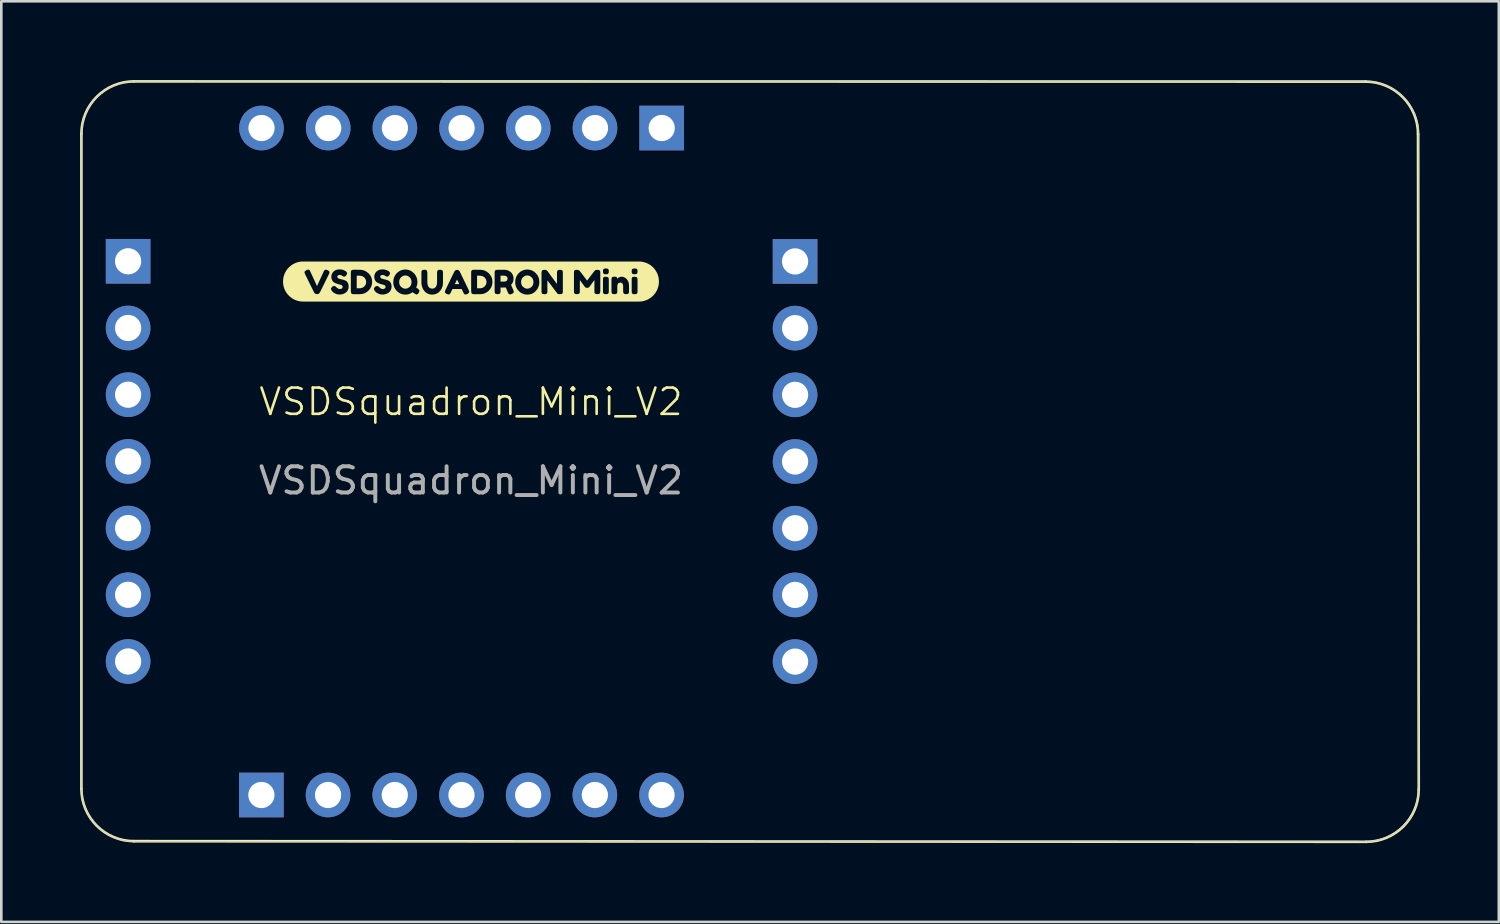
<source format=kicad_pcb>
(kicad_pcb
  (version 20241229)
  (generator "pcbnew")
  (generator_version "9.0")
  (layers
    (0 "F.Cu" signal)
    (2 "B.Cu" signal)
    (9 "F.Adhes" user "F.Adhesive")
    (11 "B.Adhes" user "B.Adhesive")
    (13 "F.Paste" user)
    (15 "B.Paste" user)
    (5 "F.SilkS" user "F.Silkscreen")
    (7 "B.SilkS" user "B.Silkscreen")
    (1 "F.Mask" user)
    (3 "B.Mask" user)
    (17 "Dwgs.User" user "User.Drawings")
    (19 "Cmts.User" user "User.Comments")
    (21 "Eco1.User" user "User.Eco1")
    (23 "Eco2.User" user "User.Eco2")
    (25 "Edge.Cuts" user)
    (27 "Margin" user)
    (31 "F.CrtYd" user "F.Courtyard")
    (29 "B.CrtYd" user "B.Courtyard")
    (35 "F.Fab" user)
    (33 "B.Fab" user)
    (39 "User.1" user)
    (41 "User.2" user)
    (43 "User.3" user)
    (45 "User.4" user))
  (footprint "VSDSquadron_Mini_V2"
    (layer "F.Cu")
    (at 14.512 14.353)
    (property "Reference" "VSDSquadron_Mini_V2" (at 0.374 -2.101 0) (unlocked yes) (layer "F.SilkS") (effects (font (size 1 1) (thickness 0.1))))
    (attr smd)
    (fp_line (start -14.462 12.63) (end -14.462 -12.303) (stroke (width 0.1) (type default)) (layer "F.SilkS"))
    (fp_line (start -12.462 -14.303) (end 34.441 -14.295) (stroke (width 0.1) (type default)) (layer "F.SilkS"))
    (fp_line (start 34.468 14.656) (end -12.462 14.63) (stroke (width 0.1) (type default)) (layer "F.SilkS"))
    (fp_line (start 36.468 12.656) (end 36.441 -12.295) (stroke (width 0.1) (type default)) (layer "F.SilkS"))
    (fp_arc (start -14.462372 -12.303372) (mid -13.876586 -13.717586) (end -12.462372 -14.303372) (stroke (width 0.1) (type default)) (layer "F.SilkS"))
    (fp_arc (start -12.462372 14.6304) (mid -13.876586 14.044614) (end -14.462372 12.6304) (stroke (width 0.1) (type default)) (layer "F.SilkS"))
    (fp_arc (start 34.440814 -14.295186) (mid 35.855028 -13.7094) (end 36.440814 -12.295186) (stroke (width 0.1) (type default)) (layer "F.SilkS"))
    (fp_arc (start 36.4678 12.6558) (mid 35.882014 14.070014) (end 34.4678 14.6558) (stroke (width 0.1) (type default)) (layer "F.SilkS"))
    (fp_poly (pts (xy -0.156 -6.758) (xy -0.24 -6.584) (xy -0.071 -6.584) (xy -0.156 -6.758)) (stroke (width 0) (type solid)) (fill yes) (layer "F.SilkS"))
    (fp_poly (pts (xy 1.5 -6.679) (xy 1.662 -6.679) (xy 1.736 -6.707) (xy 1.773 -6.791) (xy 1.736 -6.875) (xy 1.66 -6.904) (xy 1.5 -6.904) (xy 1.5 -6.679)) (stroke (width 0) (type solid)) (fill yes) (layer "F.SilkS"))
    (fp_poly (pts (xy -3.855 -6.904) (xy -3.977 -6.904) (xy -3.977 -6.424) (xy -3.853 -6.424) (xy -3.766 -6.441) (xy -3.688 -6.492) (xy -3.633 -6.569) (xy -3.615 -6.663) (xy -3.633 -6.757) (xy -3.686 -6.835) (xy -3.764 -6.887) (xy -3.855 -6.904)) (stroke (width 0) (type solid)) (fill yes) (layer "F.SilkS"))
    (fp_poly (pts (xy 0.727 -6.904) (xy 0.606 -6.904) (xy 0.606 -6.424) (xy 0.729 -6.424) (xy 0.816 -6.441) (xy 0.894 -6.492) (xy 0.949 -6.569) (xy 0.967 -6.663) (xy 0.95 -6.757) (xy 0.896 -6.835) (xy 0.818 -6.887) (xy 0.727 -6.904)) (stroke (width 0) (type solid)) (fill yes) (layer "F.SilkS"))
    (fp_poly (pts (xy -2.361 -6.661) (xy -2.353 -6.591) (xy -2.329 -6.53) (xy -2.288 -6.478) (xy -2.211 -6.425) (xy -2.125 -6.407) (xy -2.039 -6.425) (xy -1.962 -6.476) (xy -1.922 -6.527) (xy -1.898 -6.588) (xy -1.89 -6.66) (xy -1.898 -6.732) (xy -1.922 -6.794) (xy -1.963 -6.846) (xy -2.04 -6.898) (xy -2.126 -6.915) (xy -2.212 -6.898) (xy -2.289 -6.845) (xy -2.329 -6.793) (xy -2.353 -6.732) (xy -2.361 -6.661)) (stroke (width 0) (type solid)) (fill yes) (layer "F.SilkS"))
    (fp_poly (pts (xy 2.282 -6.661) (xy 2.29 -6.591) (xy 2.314 -6.53) (xy 2.355 -6.478) (xy 2.432 -6.425) (xy 2.518 -6.407) (xy 2.604 -6.425) (xy 2.681 -6.476) (xy 2.721 -6.527) (xy 2.745 -6.588) (xy 2.753 -6.66) (xy 2.745 -6.732) (xy 2.721 -6.794) (xy 2.68 -6.846) (xy 2.603 -6.898) (xy 2.517 -6.915) (xy 2.431 -6.898) (xy 2.354 -6.845) (xy 2.314 -6.793) (xy 2.29 -6.732) (xy 2.282 -6.661)) (stroke (width 0) (type solid)) (fill yes) (layer "F.SilkS"))
    (fp_poly (pts (xy -5.968 -7.444) (xy -6.021 -7.444) (xy -6.096 -7.441) (xy -6.17 -7.43) (xy -6.242 -7.411) (xy -6.313 -7.386) (xy -6.381 -7.354) (xy -6.445 -7.316) (xy -6.505 -7.271) (xy -6.56 -7.221) (xy -6.611 -7.165) (xy -6.655 -7.105) (xy -6.694 -7.041) (xy -6.726 -6.973) (xy -6.751 -6.903) (xy -6.769 -6.83) (xy -6.78 -6.756) (xy -6.784 -6.681) (xy -6.78 -6.606) (xy -6.769 -6.532) (xy -6.751 -6.46) (xy -6.726 -6.389) (xy -6.694 -6.321) (xy -6.655 -6.257) (xy -6.611 -6.197) (xy -6.56 -6.142) (xy -6.505 -6.091) (xy -6.445 -6.047) (xy -6.381 -6.008) (xy -6.313 -5.976) (xy -6.242 -5.951) (xy -6.17 -5.933) (xy -6.096 -5.922) (xy -6.021 -5.918) (xy -5.968 -5.918) (xy -5.483 -5.918) (xy -5.483 -6.199) (xy -5.496 -6.199) (xy -5.556 -6.216) (xy -5.598 -6.261) (xy -5.949 -6.973) (xy -5.968 -7.034) (xy -5.949 -7.076) (xy -5.893 -7.115) (xy -5.829 -7.136) (xy -5.795 -7.131) (xy -5.774 -7.114) (xy -5.753 -7.08) (xy -5.736 -7.044) (xy -5.704 -6.975) (xy -5.663 -6.885) (xy -5.619 -6.79) (xy -5.576 -6.695) (xy -5.534 -6.605) (xy -5.503 -6.537) (xy -5.489 -6.508) (xy -5.235 -7.064) (xy -5.217 -7.102) (xy -5.162 -7.136) (xy -5.087 -7.115) (xy -5.03 -7.076) (xy -5.012 -7.034) (xy -5.031 -6.973) (xy -5.381 -6.261) (xy -5.424 -6.216) (xy -5.483 -6.199) (xy -5.483 -5.918) (xy -4.623 -5.918) (xy -4.623 -6.185) (xy -4.681 -6.189) (xy -4.736 -6.2) (xy -4.822 -6.236) (xy -4.88 -6.276) (xy -4.916 -6.315) (xy -4.928 -6.329) (xy -4.961 -6.402) (xy -4.947 -6.439) (xy -4.906 -6.487) (xy -4.839 -6.518) (xy -4.796 -6.502) (xy -4.74 -6.454) (xy -4.689 -6.413) (xy -4.628 -6.393) (xy -4.563 -6.404) (xy -4.523 -6.436) (xy -4.51 -6.49) (xy -4.542 -6.539) (xy -4.623 -6.567) (xy -4.673 -6.579) (xy -4.727 -6.596) (xy -4.781 -6.617) (xy -4.831 -6.642) (xy -4.876 -6.677) (xy -4.912 -6.727) (xy -4.936 -6.791) (xy -4.944 -6.866) (xy -4.935 -6.937) (xy -4.907 -7.002) (xy -4.861 -7.061) (xy -4.799 -7.107) (xy -4.723 -7.135) (xy -4.634 -7.144) (xy -4.562 -7.139) (xy -4.495 -7.124) (xy -4.408 -7.084) (xy -4.377 -7.06) (xy -4.337 -6.998) (xy -4.368 -6.928) (xy -4.412 -6.881) (xy -4.457 -6.865) (xy -4.523 -6.89) (xy -4.537 -6.903) (xy -4.557 -6.919) (xy -4.625 -6.936) (xy -4.694 -6.916) (xy -4.721 -6.861) (xy -4.688 -6.805) (xy -4.608 -6.776) (xy -4.557 -6.766) (xy -4.502 -6.752) (xy -4.447 -6.735) (xy -4.397 -6.714) (xy -4.353 -6.682) (xy -4.316 -6.634) (xy -4.292 -6.571) (xy -4.284 -6.495) (xy -4.292 -6.417) (xy -4.317 -6.35) (xy -4.355 -6.294) (xy -4.403 -6.253) (xy -4.473 -6.215) (xy -4.547 -6.193) (xy -4.623 -6.185) (xy -4.623 -5.918) (xy -3.857 -5.918) (xy -3.857 -6.199) (xy -4.09 -6.199) (xy -4.153 -6.207) (xy -4.186 -6.231) (xy -4.201 -6.312) (xy -4.201 -7.018) (xy -4.2 -7.063) (xy -4.187 -7.096) (xy -4.154 -7.122) (xy -4.088 -7.13) (xy -3.853 -7.129) (xy -3.764 -7.121) (xy -3.68 -7.096) (xy -3.602 -7.054) (xy -3.53 -6.996) (xy -3.468 -6.926) (xy -3.425 -6.848) (xy -3.399 -6.763) (xy -3.39 -6.67) (xy -3.398 -6.576) (xy -3.424 -6.49) (xy -3.467 -6.41) (xy -3.526 -6.338) (xy -3.598 -6.277) (xy -3.677 -6.234) (xy -3.764 -6.208) (xy -3.857 -6.199) (xy -3.857 -5.918) (xy -2.989 -5.918) (xy -2.989 -6.185) (xy -3.047 -6.189) (xy -3.102 -6.2) (xy -3.188 -6.236) (xy -3.245 -6.276) (xy -3.282 -6.315) (xy -3.293 -6.329) (xy -3.326 -6.402) (xy -3.313 -6.439) (xy -3.272 -6.487) (xy -3.204 -6.518) (xy -3.162 -6.502) (xy -3.105 -6.454) (xy -3.055 -6.413) (xy -2.994 -6.393) (xy -2.928 -6.404) (xy -2.889 -6.436) (xy -2.876 -6.49) (xy -2.908 -6.539) (xy -2.989 -6.567) (xy -3.039 -6.579) (xy -3.093 -6.596) (xy -3.147 -6.617) (xy -3.197 -6.642) (xy -3.241 -6.677) (xy -3.277 -6.727) (xy -3.302 -6.791) (xy -3.31 -6.866) (xy -3.301 -6.937) (xy -3.273 -7.002) (xy -3.227 -7.061) (xy -3.165 -7.107) (xy -3.089 -7.135) (xy -3 -7.144) (xy -2.927 -7.139) (xy -2.861 -7.124) (xy -2.774 -7.084) (xy -2.742 -7.06) (xy -2.703 -6.998) (xy -2.733 -6.928) (xy -2.777 -6.881) (xy -2.822 -6.865) (xy -2.888 -6.89) (xy -2.903 -6.903) (xy -2.923 -6.919) (xy -2.99 -6.936) (xy -3.059 -6.916) (xy -3.086 -6.861) (xy -3.054 -6.805) (xy -2.973 -6.776) (xy -2.923 -6.766) (xy -2.868 -6.752) (xy -2.813 -6.735) (xy -2.762 -6.714) (xy -2.718 -6.682) (xy -2.682 -6.634) (xy -2.658 -6.571) (xy -2.649 -6.495) (xy -2.658 -6.417) (xy -2.682 -6.35) (xy -2.721 -6.294) (xy -2.769 -6.253) (xy -2.839 -6.215) (xy -2.912 -6.193) (xy -2.989 -6.185) (xy -2.989 -5.918) (xy -2.119 -5.918) (xy -2.119 -6.183) (xy -2.213 -6.191) (xy -2.3 -6.218) (xy -2.379 -6.261) (xy -2.451 -6.322) (xy -2.51 -6.396) (xy -2.552 -6.475) (xy -2.578 -6.562) (xy -2.586 -6.655) (xy -2.576 -6.757) (xy -2.548 -6.853) (xy -2.503 -6.937) (xy -2.446 -7.007) (xy -2.378 -7.062) (xy -2.3 -7.105) (xy -2.216 -7.131) (xy -2.13 -7.14) (xy -2.039 -7.132) (xy -1.954 -7.106) (xy -1.876 -7.064) (xy -1.804 -7.004) (xy -1.743 -6.932) (xy -1.7 -6.85) (xy -1.674 -6.76) (xy -1.665 -6.66) (xy -1.67 -6.59) (xy -1.686 -6.52) (xy -1.712 -6.451) (xy -1.628 -6.393) (xy -1.583 -6.328) (xy -1.621 -6.241) (xy -1.659 -6.199) (xy -1.698 -6.185) (xy -1.772 -6.22) (xy -1.807 -6.244) (xy -1.853 -6.274) (xy -1.935 -6.223) (xy -2.024 -6.193) (xy -2.119 -6.183) (xy -2.119 -5.918) (xy -1.105 -5.918) (xy -1.105 -6.183) (xy -1.197 -6.193) (xy -1.281 -6.223) (xy -1.353 -6.27) (xy -1.41 -6.33) (xy -1.455 -6.4) (xy -1.487 -6.474) (xy -1.506 -6.552) (xy -1.513 -6.635) (xy -1.513 -7.017) (xy -1.511 -7.062) (xy -1.499 -7.096) (xy -1.465 -7.122) (xy -1.4 -7.13) (xy -1.335 -7.122) (xy -1.302 -7.096) (xy -1.287 -7.016) (xy -1.287 -6.635) (xy -1.277 -6.559) (xy -1.249 -6.487) (xy -1.192 -6.43) (xy -1.101 -6.409) (xy -1.02 -6.426) (xy -0.963 -6.477) (xy -0.929 -6.551) (xy -0.917 -6.636) (xy -0.917 -7.025) (xy -0.904 -7.095) (xy -0.868 -7.122) (xy -0.807 -7.13) (xy -0.75 -7.124) (xy -0.717 -7.109) (xy -0.7 -7.082) (xy -0.692 -7.016) (xy -0.692 -6.632) (xy -0.699 -6.55) (xy -0.718 -6.472) (xy -0.751 -6.398) (xy -0.797 -6.327) (xy -0.855 -6.269) (xy -0.927 -6.223) (xy -1.012 -6.193) (xy -1.105 -6.183) (xy -1.105 -5.918) (xy 0.169 -5.918) (xy 0.169 -6.185) (xy 0.129 -6.197) (xy 0.106 -6.221) (xy 0.086 -6.259) (xy 0.02 -6.396) (xy -0.332 -6.396) (xy -0.398 -6.259) (xy -0.417 -6.222) (xy -0.44 -6.199) (xy -0.481 -6.186) (xy -0.549 -6.208) (xy -0.604 -6.246) (xy -0.623 -6.289) (xy -0.601 -6.354) (xy -0.258 -7.064) (xy -0.216 -7.111) (xy -0.155 -7.129) (xy -0.095 -7.112) (xy -0.054 -7.063) (xy 0.289 -6.354) (xy 0.311 -6.289) (xy 0.292 -6.246) (xy 0.237 -6.207) (xy 0.169 -6.185) (xy 0.169 -5.918) (xy 0.725 -5.918) (xy 0.725 -6.199) (xy 0.493 -6.199) (xy 0.43 -6.207) (xy 0.396 -6.231) (xy 0.381 -6.312) (xy 0.381 -7.018) (xy 0.383 -7.063) (xy 0.395 -7.096) (xy 0.428 -7.122) (xy 0.494 -7.13) (xy 0.729 -7.129) (xy 0.818 -7.121) (xy 0.902 -7.096) (xy 0.98 -7.054) (xy 1.053 -6.996) (xy 1.114 -6.926) (xy 1.157 -6.848) (xy 1.184 -6.763) (xy 1.192 -6.67) (xy 1.184 -6.576) (xy 1.158 -6.49) (xy 1.115 -6.41) (xy 1.056 -6.338) (xy 0.984 -6.277) (xy 0.905 -6.234) (xy 0.818 -6.208) (xy 0.725 -6.199) (xy 0.725 -5.918) (xy 1.862 -5.918) (xy 1.862 -6.19) (xy 1.822 -6.202) (xy 1.798 -6.227) (xy 1.781 -6.263) (xy 1.748 -6.34) (xy 1.699 -6.457) (xy 1.66 -6.454) (xy 1.5 -6.454) (xy 1.5 -6.311) (xy 1.498 -6.267) (xy 1.486 -6.233) (xy 1.452 -6.208) (xy 1.387 -6.199) (xy 1.316 -6.211) (xy 1.282 -6.246) (xy 1.275 -6.312) (xy 1.275 -7.017) (xy 1.277 -7.061) (xy 1.289 -7.095) (xy 1.322 -7.12) (xy 1.388 -7.129) (xy 1.662 -7.129) (xy 1.736 -7.12) (xy 1.808 -7.093) (xy 1.879 -7.048) (xy 1.926 -7.001) (xy 1.963 -6.941) (xy 1.988 -6.87) (xy 1.996 -6.791) (xy 1.986 -6.701) (xy 1.954 -6.622) (xy 1.901 -6.555) (xy 1.923 -6.503) (xy 1.952 -6.436) (xy 1.987 -6.355) (xy 2.006 -6.289) (xy 1.987 -6.245) (xy 1.928 -6.208) (xy 1.862 -6.19) (xy 1.862 -5.918) (xy 2.521 -5.918) (xy 2.521 -6.183) (xy 2.428 -6.191) (xy 2.342 -6.218) (xy 2.264 -6.261) (xy 2.192 -6.322) (xy 2.133 -6.396) (xy 2.091 -6.475) (xy 2.066 -6.562) (xy 2.057 -6.655) (xy 2.067 -6.757) (xy 2.095 -6.853) (xy 2.14 -6.937) (xy 2.197 -7.007) (xy 2.265 -7.062) (xy 2.343 -7.105) (xy 2.427 -7.131) (xy 2.513 -7.14) (xy 2.604 -7.132) (xy 2.689 -7.106) (xy 2.767 -7.064) (xy 2.839 -7.004) (xy 2.9 -6.932) (xy 2.943 -6.852) (xy 2.969 -6.764) (xy 2.978 -6.667) (xy 2.97 -6.57) (xy 2.945 -6.481) (xy 2.904 -6.399) (xy 2.846 -6.324) (xy 2.776 -6.262) (xy 2.699 -6.218) (xy 2.613 -6.192) (xy 2.521 -6.183) (xy 2.521 -5.918) (xy 3.76 -5.918) (xy 3.76 -6.198) (xy 3.692 -6.206) (xy 3.66 -6.23) (xy 3.57 -6.349) (xy 3.491 -6.454) (xy 3.423 -6.545) (xy 3.366 -6.62) (xy 3.319 -6.681) (xy 3.284 -6.728) (xy 3.284 -6.31) (xy 3.282 -6.265) (xy 3.27 -6.232) (xy 3.236 -6.206) (xy 3.171 -6.198) (xy 3.107 -6.206) (xy 3.074 -6.232) (xy 3.062 -6.266) (xy 3.06 -6.311) (xy 3.06 -7.02) (xy 3.073 -7.09) (xy 3.109 -7.12) (xy 3.171 -7.128) (xy 3.231 -7.121) (xy 3.262 -7.105) (xy 3.292 -7.072) (xy 3.376 -6.957) (xy 3.45 -6.856) (xy 3.515 -6.769) (xy 3.57 -6.696) (xy 3.615 -6.636) (xy 3.65 -6.59) (xy 3.65 -7.02) (xy 3.662 -7.09) (xy 3.698 -7.12) (xy 3.758 -7.128) (xy 3.817 -7.121) (xy 3.85 -7.106) (xy 3.866 -7.079) (xy 3.873 -7.015) (xy 3.873 -6.31) (xy 3.871 -6.265) (xy 3.859 -6.232) (xy 3.826 -6.206) (xy 3.76 -6.198) (xy 3.76 -5.918) (xy 5.19 -5.918) (xy 5.19 -6.199) (xy 5.132 -6.206) (xy 5.099 -6.221) (xy 5.081 -6.246) (xy 5.075 -6.312) (xy 5.075 -6.738) (xy 5.036 -6.687) (xy 4.982 -6.613) (xy 4.932 -6.543) (xy 4.904 -6.505) (xy 4.882 -6.475) (xy 4.851 -6.453) (xy 4.797 -6.438) (xy 4.745 -6.451) (xy 4.711 -6.477) (xy 4.701 -6.491) (xy 4.664 -6.541) (xy 4.601 -6.627) (xy 4.543 -6.706) (xy 4.52 -6.738) (xy 4.52 -6.31) (xy 4.518 -6.266) (xy 4.506 -6.233) (xy 4.471 -6.208) (xy 4.407 -6.199) (xy 4.344 -6.208) (xy 4.31 -6.233) (xy 4.298 -6.266) (xy 4.296 -6.312) (xy 4.296 -7.017) (xy 4.298 -7.061) (xy 4.31 -7.095) (xy 4.344 -7.119) (xy 4.409 -7.128) (xy 4.468 -7.119) (xy 4.501 -7.102) (xy 4.508 -7.095) (xy 4.797 -6.716) (xy 4.877 -6.823) (xy 4.946 -6.914) (xy 5.004 -6.989) (xy 5.05 -7.049) (xy 5.085 -7.093) (xy 5.121 -7.119) (xy 5.187 -7.128) (xy 5.252 -7.119) (xy 5.285 -7.093) (xy 5.298 -7.059) (xy 5.299 -7.015) (xy 5.299 -6.31) (xy 5.287 -6.24) (xy 5.251 -6.207) (xy 5.19 -6.199) (xy 5.19 -5.918) (xy 5.512 -5.918) (xy 5.512 -6.198) (xy 5.447 -6.206) (xy 5.414 -6.232) (xy 5.403 -6.265) (xy 5.401 -6.31) (xy 5.401 -6.755) (xy 5.403 -6.799) (xy 5.414 -6.833) (xy 5.447 -6.858) (xy 5.512 -6.866) (xy 5.512 -6.957) (xy 5.448 -6.965) (xy 5.414 -6.992) (xy 5.403 -7.025) (xy 5.401 -7.069) (xy 5.403 -7.113) (xy 5.414 -7.145) (xy 5.447 -7.171) (xy 5.513 -7.18) (xy 5.577 -7.171) (xy 5.609 -7.145) (xy 5.621 -7.112) (xy 5.623 -7.068) (xy 5.621 -7.024) (xy 5.61 -6.991) (xy 5.576 -6.965) (xy 5.512 -6.957) (xy 5.512 -6.866) (xy 5.513 -6.866) (xy 5.599 -6.844) (xy 5.622 -6.79) (xy 5.623 -6.753) (xy 5.623 -6.308) (xy 5.621 -6.265) (xy 5.609 -6.231) (xy 5.577 -6.206) (xy 5.512 -6.198) (xy 5.512 -5.918) (xy 6.281 -5.918) (xy 6.281 -6.199) (xy 6.21 -6.211) (xy 6.177 -6.246) (xy 6.169 -6.311) (xy 6.169 -6.534) (xy 6.14 -6.616) (xy 6.06 -6.645) (xy 5.978 -6.614) (xy 5.947 -6.534) (xy 5.947 -6.31) (xy 5.945 -6.266) (xy 5.933 -6.233) (xy 5.9 -6.208) (xy 5.835 -6.199) (xy 5.771 -6.208) (xy 5.738 -6.233) (xy 5.727 -6.267) (xy 5.725 -6.311) (xy 5.725 -6.761) (xy 5.727 -6.803) (xy 5.739 -6.835) (xy 5.772 -6.859) (xy 5.837 -6.867) (xy 5.899 -6.86) (xy 5.932 -6.838) (xy 5.945 -6.786) (xy 5.967 -6.811) (xy 6.002 -6.838) (xy 6.097 -6.867) (xy 6.177 -6.856) (xy 6.247 -6.824) (xy 6.308 -6.77) (xy 6.355 -6.701) (xy 6.384 -6.622) (xy 6.393 -6.533) (xy 6.393 -6.31) (xy 6.391 -6.266) (xy 6.38 -6.233) (xy 6.347 -6.208) (xy 6.281 -6.199) (xy 6.281 -5.918) (xy 6.605 -5.918) (xy 6.605 -6.198) (xy 6.541 -6.206) (xy 6.507 -6.232) (xy 6.496 -6.265) (xy 6.495 -6.31) (xy 6.495 -6.755) (xy 6.496 -6.799) (xy 6.507 -6.833) (xy 6.541 -6.858) (xy 6.606 -6.866) (xy 6.606 -6.957) (xy 6.542 -6.965) (xy 6.508 -6.992) (xy 6.496 -7.025) (xy 6.495 -7.069) (xy 6.496 -7.113) (xy 6.507 -7.145) (xy 6.541 -7.171) (xy 6.606 -7.18) (xy 6.67 -7.171) (xy 6.703 -7.145) (xy 6.715 -7.112) (xy 6.717 -7.068) (xy 6.715 -7.024) (xy 6.703 -6.991) (xy 6.67 -6.965) (xy 6.606 -6.957) (xy 6.606 -6.866) (xy 6.606 -6.866) (xy 6.693 -6.844) (xy 6.716 -6.79) (xy 6.717 -6.753) (xy 6.717 -6.308) (xy 6.715 -6.265) (xy 6.703 -6.231) (xy 6.67 -6.206) (xy 6.605 -6.198) (xy 6.605 -5.918) (xy 6.717 -5.918) (xy 6.77 -5.918) (xy 6.844 -5.922) (xy 6.919 -5.933) (xy 6.991 -5.951) (xy 7.062 -5.976) (xy 7.129 -6.008) (xy 7.194 -6.047) (xy 7.254 -6.091) (xy 7.309 -6.142) (xy 7.36 -6.197) (xy 7.404 -6.257) (xy 7.443 -6.321) (xy 7.475 -6.389) (xy 7.5 -6.46) (xy 7.518 -6.532) (xy 7.529 -6.606) (xy 7.533 -6.681) (xy 7.529 -6.756) (xy 7.518 -6.83) (xy 7.5 -6.903) (xy 7.475 -6.973) (xy 7.443 -7.041) (xy 7.404 -7.105) (xy 7.36 -7.165) (xy 7.309 -7.221) (xy 7.254 -7.271) (xy 7.194 -7.316) (xy 7.129 -7.354) (xy 7.062 -7.386) (xy 6.991 -7.411) (xy 6.919 -7.43) (xy 6.844 -7.441) (xy 6.77 -7.444) (xy 6.717 -7.444) (xy -5.968 -7.444)) (stroke (width 0) (type solid)) (fill yes) (layer "F.SilkS"))
    (fp_line (start -14.461 -12.275) (end -14.461 12.617) (stroke (width 0.05) (type default)) (layer "Edge.Cuts"))
    (fp_line (start -12.429 14.649) (end 34.531 14.647) (stroke (width 0.05) (type default)) (layer "Edge.Cuts"))
    (fp_line (start 34.434 -14.305) (end -12.429 -14.307) (stroke (width 0.05) (type default)) (layer "Edge.Cuts"))
    (fp_line (start 36.466 12.619) (end 36.466 -12.273) (stroke (width 0.05) (type default)) (layer "Edge.Cuts"))
    (fp_arc (start -14.460786 -12.27461) (mid -13.865627 -13.711451) (end -12.428786 -14.30661) (stroke (width 0.05) (type default)) (layer "Edge.Cuts"))
    (fp_arc (start -12.428786 14.64939) (mid -13.865627 14.054231) (end -14.460786 12.61739) (stroke (width 0.05) (type default)) (layer "Edge.Cuts"))
    (fp_arc (start 34.434214 -14.30461) (mid 35.871055 -13.709451) (end 36.466214 -12.27261) (stroke (width 0.05) (type default)) (layer "Edge.Cuts"))
    (fp_arc (start 36.464563 12.61939) (mid 35.903697 14.020439) (end 34.530967 14.647432) (stroke (width 0.05) (type default)) (layer "Edge.Cuts"))
    (fp_text user "${REFERENCE}" (at 0.374 0.899 0) (unlocked yes) (layer "F.Fab") (effects (font (size 1 1) (thickness 0.15))))
    (pad "1" thru_hole rect (at -12.683 -7.452) (size 1.7 1.7) (drill 1) (layers "*.Cu" "*.Mask"))
    (pad "2" thru_hole oval (at -12.683 -4.912) (size 1.7 1.7) (drill 1) (layers "*.Cu" "*.Mask"))
    (pad "3" thru_hole oval (at -12.683 -2.372) (size 1.7 1.7) (drill 1) (layers "*.Cu" "*.Mask"))
    (pad "4" thru_hole oval (at -12.683 0.168) (size 1.7 1.7) (drill 1) (layers "*.Cu" "*.Mask"))
    (pad "5" thru_hole oval (at -12.683 2.708) (size 1.7 1.7) (drill 1) (layers "*.Cu" "*.Mask"))
    (pad "6" thru_hole oval (at -12.683 5.248) (size 1.7 1.7) (drill 1) (layers "*.Cu" "*.Mask"))
    (pad "7" thru_hole oval (at -12.683 7.788) (size 1.7 1.7) (drill 1) (layers "*.Cu" "*.Mask"))
    (pad "8" thru_hole rect (at -7.608 12.873 90) (size 1.7 1.7) (drill 1) (layers "*.Cu" "*.Mask"))
    (pad "9" thru_hole oval (at -5.068 12.873 90) (size 1.7 1.7) (drill 1) (layers "*.Cu" "*.Mask"))
    (pad "10" thru_hole oval (at -2.528 12.873 90) (size 1.7 1.7) (drill 1) (layers "*.Cu" "*.Mask"))
    (pad "11" thru_hole oval (at 0.012 12.873 90) (size 1.7 1.7) (drill 1) (layers "*.Cu" "*.Mask"))
    (pad "12" thru_hole oval (at 2.552 12.873 90) (size 1.7 1.7) (drill 1) (layers "*.Cu" "*.Mask"))
    (pad "13" thru_hole oval (at 5.092 12.873 90) (size 1.7 1.7) (drill 1) (layers "*.Cu" "*.Mask"))
    (pad "14" thru_hole oval (at 7.632 12.873 90) (size 1.7 1.7) (drill 1) (layers "*.Cu" "*.Mask"))
    (pad "15" thru_hole oval (at 12.717 7.793) (size 1.7 1.7) (drill 1) (layers "*.Cu" "*.Mask"))
    (pad "16" thru_hole oval (at 12.717 5.253) (size 1.7 1.7) (drill 1) (layers "*.Cu" "*.Mask"))
    (pad "17" thru_hole oval (at 12.717 2.713) (size 1.7 1.7) (drill 1) (layers "*.Cu" "*.Mask"))
    (pad "18" thru_hole oval (at 12.717 0.173) (size 1.7 1.7) (drill 1) (layers "*.Cu" "*.Mask"))
    (pad "19" thru_hole oval (at 12.717 -2.367) (size 1.7 1.7) (drill 1) (layers "*.Cu" "*.Mask"))
    (pad "20" thru_hole oval (at 12.717 -4.907) (size 1.7 1.7) (drill 1) (layers "*.Cu" "*.Mask"))
    (pad "21" thru_hole rect (at 12.717 -7.447) (size 1.7 1.7) (drill 1) (layers "*.Cu" "*.Mask"))
    (pad "22" thru_hole rect (at 7.637 -12.527 270) (size 1.7 1.7) (drill 1) (layers "*.Cu" "*.Mask"))
    (pad "23" thru_hole oval (at 5.097 -12.527 270) (size 1.7 1.7) (drill 1) (layers "*.Cu" "*.Mask"))
    (pad "24" thru_hole oval (at 2.557 -12.527 270) (size 1.7 1.7) (drill 1) (layers "*.Cu" "*.Mask"))
    (pad "25" thru_hole oval (at 0.017 -12.527 270) (size 1.7 1.7) (drill 1) (layers "*.Cu" "*.Mask"))
    (pad "26" thru_hole oval (at -2.523 -12.527 270) (size 1.7 1.7) (drill 1) (layers "*.Cu" "*.Mask"))
    (pad "27" thru_hole oval (at -5.063 -12.527 270) (size 1.7 1.7) (drill 1) (layers "*.Cu" "*.Mask"))
    (pad "28" thru_hole oval (at -7.603 -12.527 270) (size 1.7 1.7) (drill 1) (layers "*.Cu" "*.Mask")))
  (gr_rect
    (start -3 -3)
    (end 54.03 32.059)
    (stroke (width 0.1) (type default))
    (fill no)
    (layer "Edge.Cuts")))
</source>
